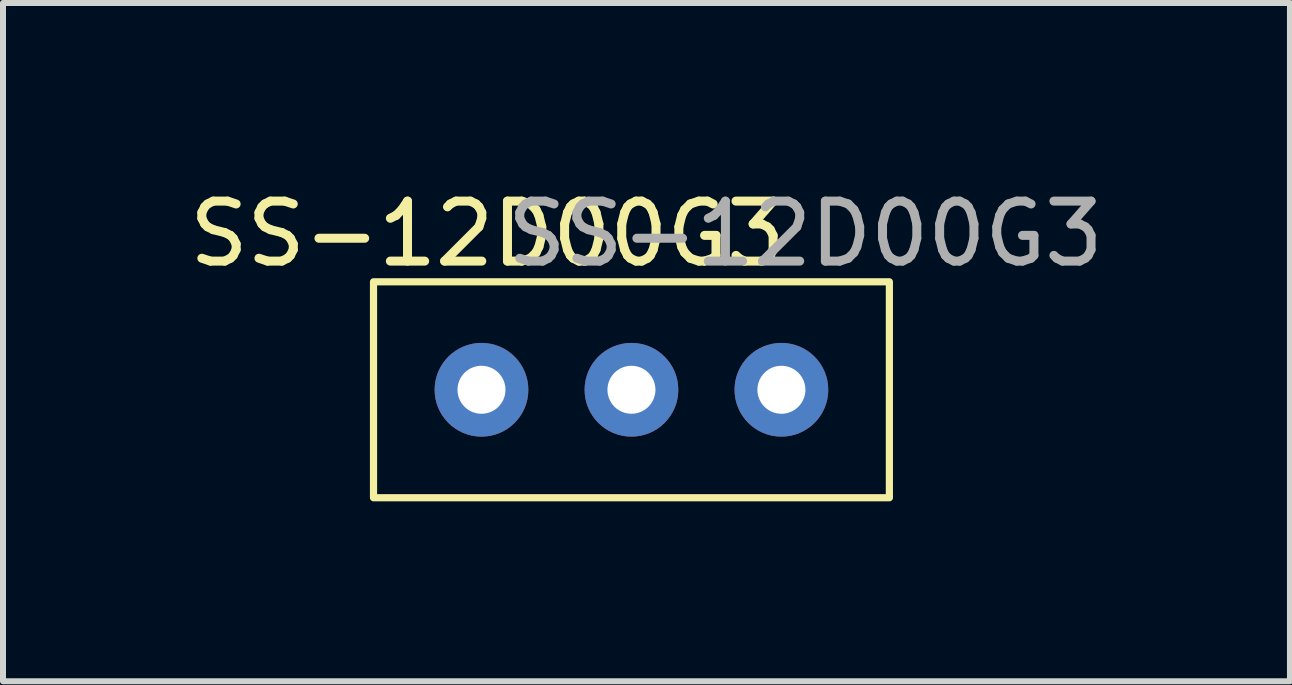
<source format=kicad_pcb>
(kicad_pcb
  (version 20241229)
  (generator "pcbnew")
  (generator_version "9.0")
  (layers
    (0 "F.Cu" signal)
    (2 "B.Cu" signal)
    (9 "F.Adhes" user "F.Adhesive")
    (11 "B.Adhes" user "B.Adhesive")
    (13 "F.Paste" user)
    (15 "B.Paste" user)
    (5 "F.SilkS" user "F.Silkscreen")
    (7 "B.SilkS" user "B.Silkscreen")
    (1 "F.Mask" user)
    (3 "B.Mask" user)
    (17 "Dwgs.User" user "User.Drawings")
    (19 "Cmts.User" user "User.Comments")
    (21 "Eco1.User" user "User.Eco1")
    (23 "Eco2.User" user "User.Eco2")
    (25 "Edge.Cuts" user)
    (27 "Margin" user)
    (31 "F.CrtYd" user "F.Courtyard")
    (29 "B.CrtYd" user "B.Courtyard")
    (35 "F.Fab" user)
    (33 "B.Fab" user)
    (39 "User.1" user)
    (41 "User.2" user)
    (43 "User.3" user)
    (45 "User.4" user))
  (footprint "SS-12D00G3"
    (layer "F.Cu")
    (at 7.477 3.448)
    (property "Reference" "SS-12D00G3" (at -2.4 -2.6 0) (unlocked yes) (layer "F.SilkS") (effects (font (size 1 1) (thickness 0.15))))
    (attr through_hole)
    (fp_rect (start -4.3 -1.8) (end 4.3 1.8) (stroke (width 0.12) (type solid)) (fill no) (layer "F.SilkS"))
    (fp_text user "${REFERENCE}" (at 2.9 -2.6 0) (unlocked yes) (layer "F.Fab") (effects (font (size 1 1) (thickness 0.15))))
    (pad "1" thru_hole circle (at -2.5 0) (size 1.562 1.562) (drill 0.8) (layers "*.Cu" "*.Mask"))
    (pad "2" thru_hole circle (at 0 0) (size 1.562 1.562) (drill 0.8) (layers "*.Cu" "*.Mask"))
    (pad "3" thru_hole circle (at 2.5 0) (size 1.562 1.562) (drill 0.8) (layers "*.Cu" "*.Mask")))
  (gr_rect
    (start -3 -3)
    (end 18.455 8.308)
    (stroke (width 0.1) (type default))
    (fill no)
    (layer "Edge.Cuts")))
</source>
